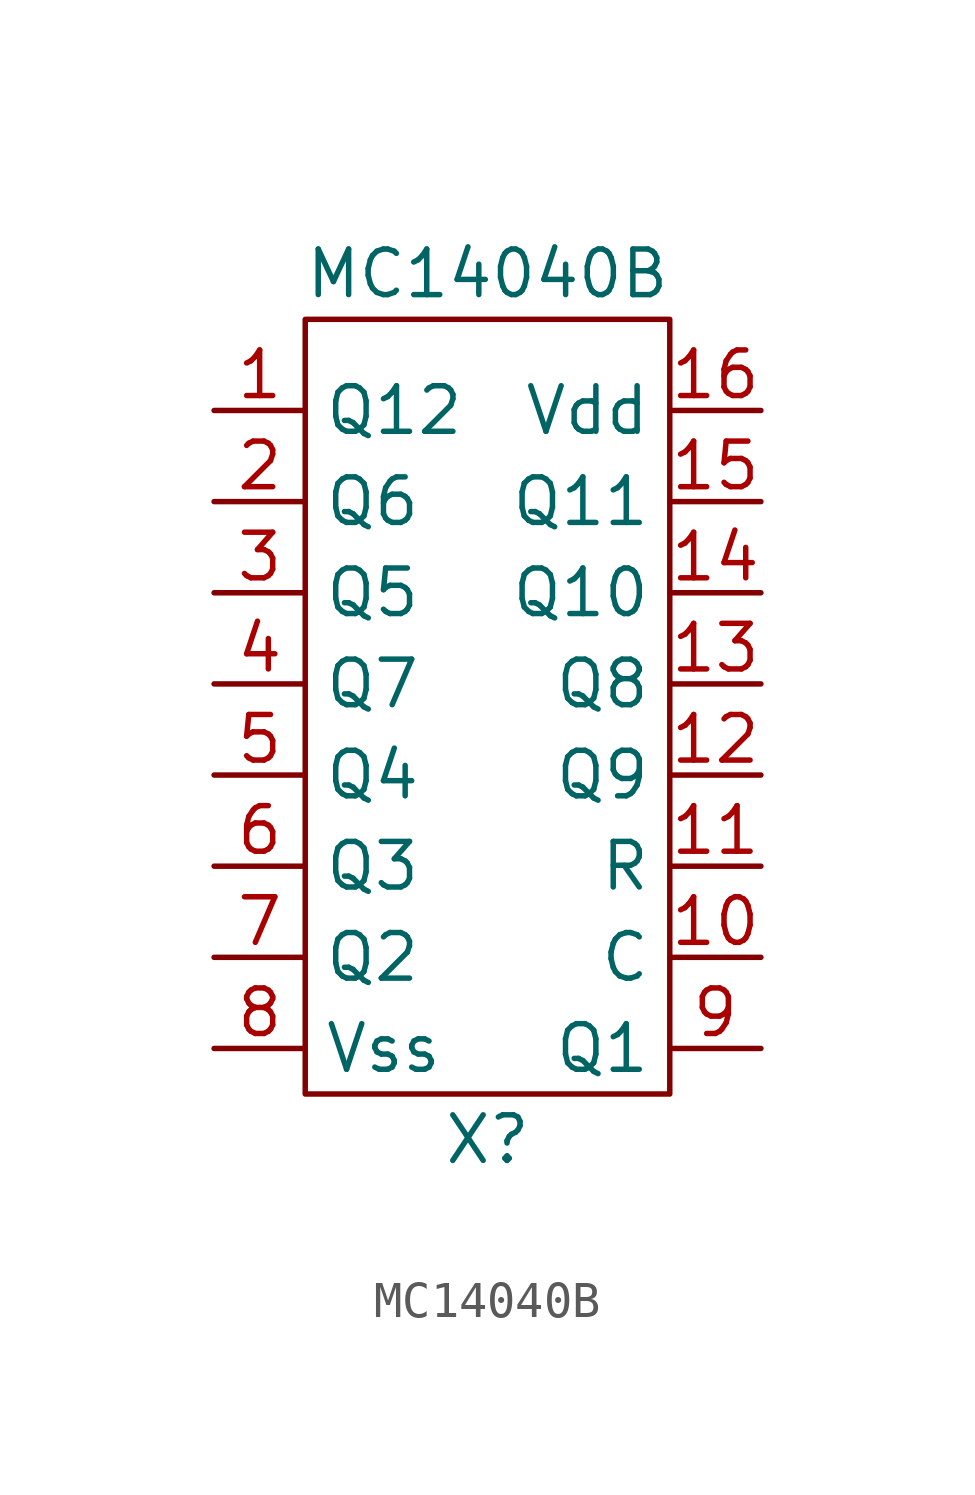
<source format=kicad_sym>
(kicad_symbol_lib
  (version 20211014)
  (generator kicad_symbol_editor)
  (symbol "MC14040B"
    (property "Reference" "X"
      (at 0 -11.43 0)
      (effects (font (size 1.27 1.27))))
    (property "Value" "MC14040B"
      (at 0 12.7 0)
      (effects (font (size 1.27 1.27))))
    (symbol "MC14040B_0_1"
      (rectangle (start -5.08 11.43) (end 5.08 -10.16) (stroke (width 0) (type default) (color 0 0 0 0)) (fill (type none))))
    (symbol "MC14040B_1_1"
      (pin output line (at -7.62 8.89 0) (length 2.54) (name "Q12" (effects (font (size 1.27 1.27)))) (number "1" (effects (font (size 1.27 1.27)))))
      (pin input line (at 7.62 -6.35 180) (length 2.54) (name "C" (effects (font (size 1.27 1.27)))) (number "10" (effects (font (size 1.27 1.27)))))
      (pin input line (at 7.62 -3.81 180) (length 2.54) (name "R" (effects (font (size 1.27 1.27)))) (number "11" (effects (font (size 1.27 1.27)))))
      (pin output line (at 7.62 -1.27 180) (length 2.54) (name "Q9" (effects (font (size 1.27 1.27)))) (number "12" (effects (font (size 1.27 1.27)))))
      (pin output line (at 7.62 1.27 180) (length 2.54) (name "Q8" (effects (font (size 1.27 1.27)))) (number "13" (effects (font (size 1.27 1.27)))))
      (pin output line (at 7.62 3.81 180) (length 2.54) (name "Q10" (effects (font (size 1.27 1.27)))) (number "14" (effects (font (size 1.27 1.27)))))
      (pin output line (at 7.62 6.35 180) (length 2.54) (name "Q11" (effects (font (size 1.27 1.27)))) (number "15" (effects (font (size 1.27 1.27)))))
      (pin input line (at 7.62 8.89 180) (length 2.54) (name "Vdd" (effects (font (size 1.27 1.27)))) (number "16" (effects (font (size 1.27 1.27)))))
      (pin output line (at -7.62 6.35 0) (length 2.54) (name "Q6" (effects (font (size 1.27 1.27)))) (number "2" (effects (font (size 1.27 1.27)))))
      (pin output line (at -7.62 3.81 0) (length 2.54) (name "Q5" (effects (font (size 1.27 1.27)))) (number "3" (effects (font (size 1.27 1.27)))))
      (pin output line (at -7.62 1.27 0) (length 2.54) (name "Q7" (effects (font (size 1.27 1.27)))) (number "4" (effects (font (size 1.27 1.27)))))
      (pin output line (at -7.62 -1.27 0) (length 2.54) (name "Q4" (effects (font (size 1.27 1.27)))) (number "5" (effects (font (size 1.27 1.27)))))
      (pin output line (at -7.62 -3.81 0) (length 2.54) (name "Q3" (effects (font (size 1.27 1.27)))) (number "6" (effects (font (size 1.27 1.27)))))
      (pin output line (at -7.62 -6.35 0) (length 2.54) (name "Q2" (effects (font (size 1.27 1.27)))) (number "7" (effects (font (size 1.27 1.27)))))
      (pin input line (at -7.62 -8.89 0) (length 2.54) (name "Vss" (effects (font (size 1.27 1.27)))) (number "8" (effects (font (size 1.27 1.27)))))
      (pin output line (at 7.62 -8.89 180) (length 2.54) (name "Q1" (effects (font (size 1.27 1.27)))) (number "9" (effects (font (size 1.27 1.27))))))))
</source>
